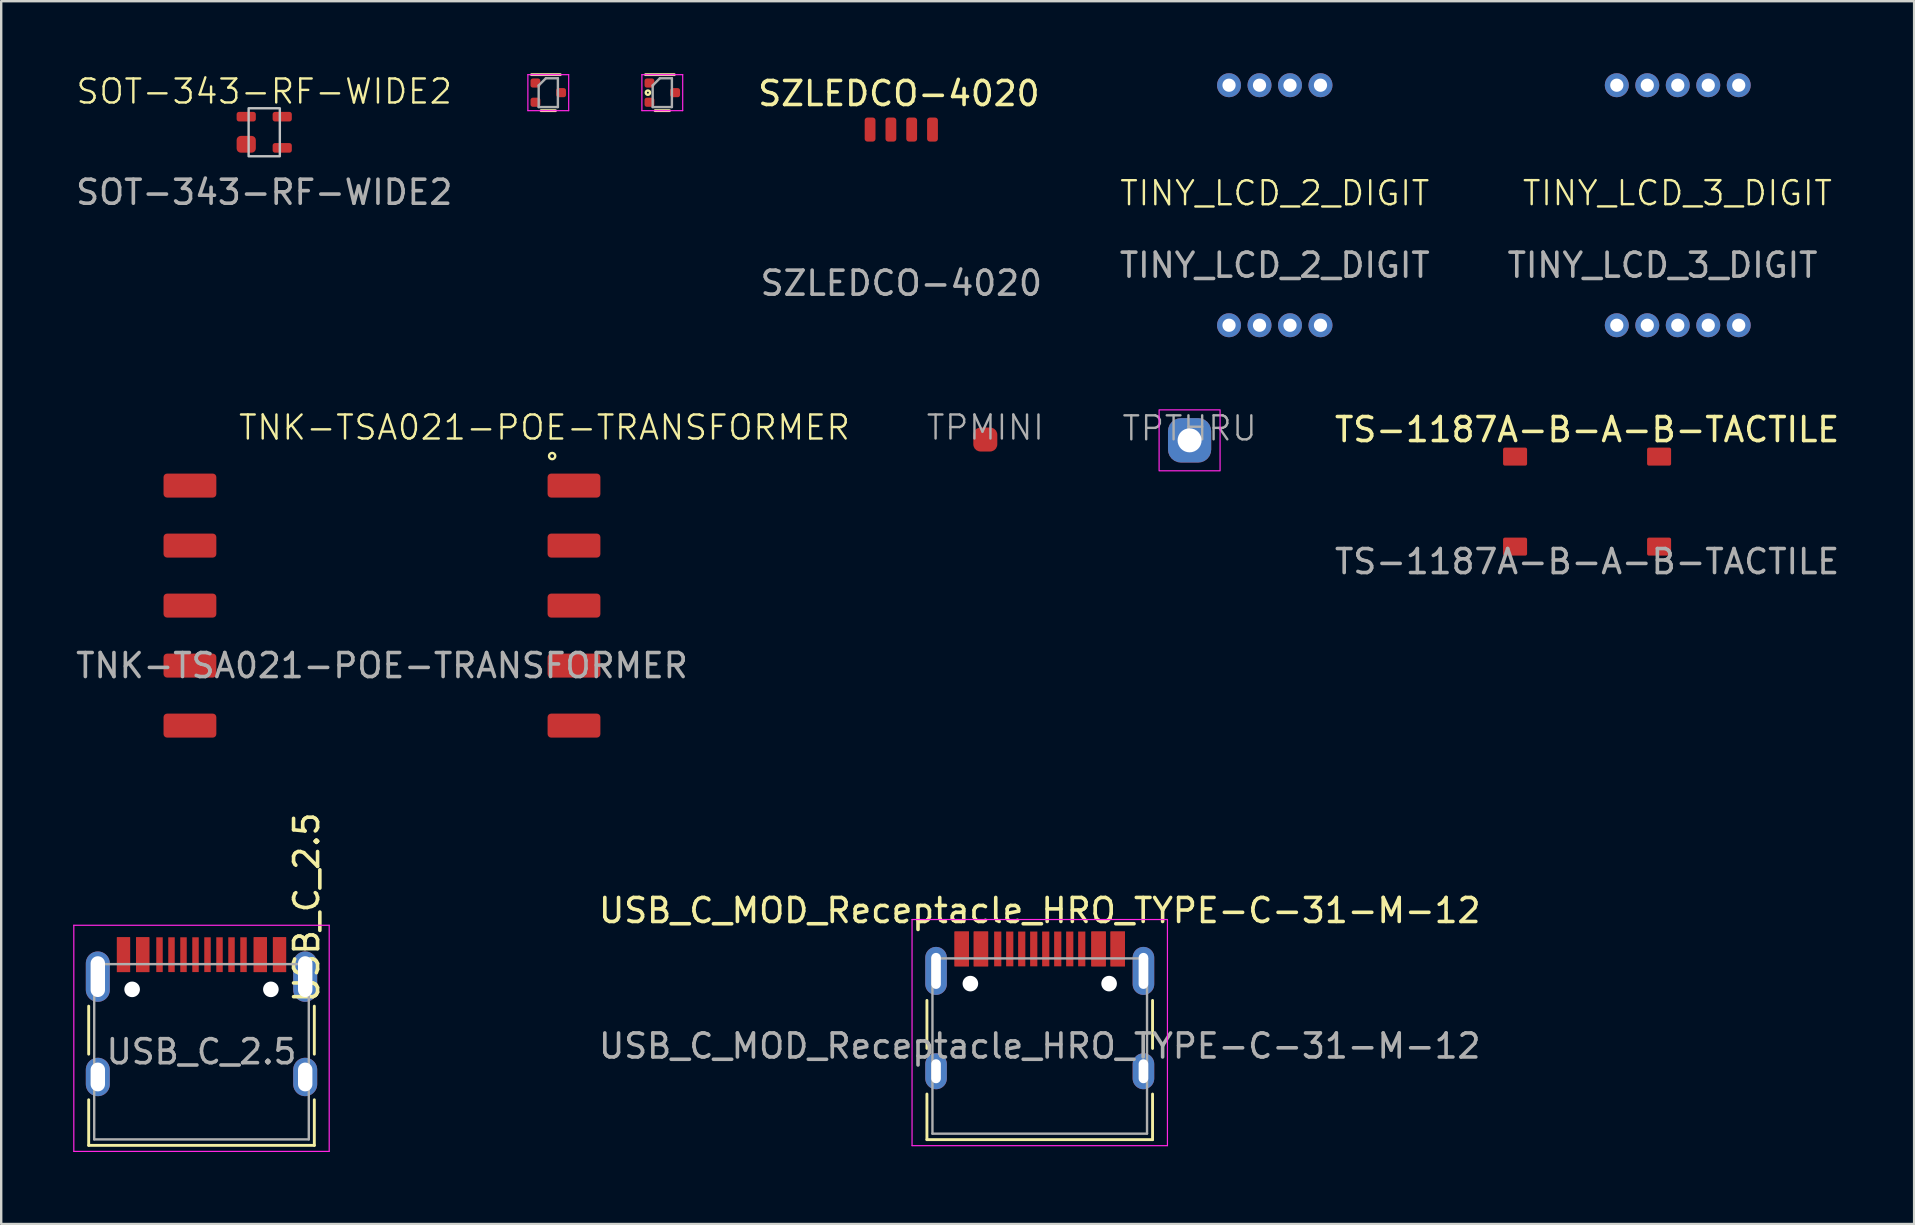
<source format=kicad_pcb>
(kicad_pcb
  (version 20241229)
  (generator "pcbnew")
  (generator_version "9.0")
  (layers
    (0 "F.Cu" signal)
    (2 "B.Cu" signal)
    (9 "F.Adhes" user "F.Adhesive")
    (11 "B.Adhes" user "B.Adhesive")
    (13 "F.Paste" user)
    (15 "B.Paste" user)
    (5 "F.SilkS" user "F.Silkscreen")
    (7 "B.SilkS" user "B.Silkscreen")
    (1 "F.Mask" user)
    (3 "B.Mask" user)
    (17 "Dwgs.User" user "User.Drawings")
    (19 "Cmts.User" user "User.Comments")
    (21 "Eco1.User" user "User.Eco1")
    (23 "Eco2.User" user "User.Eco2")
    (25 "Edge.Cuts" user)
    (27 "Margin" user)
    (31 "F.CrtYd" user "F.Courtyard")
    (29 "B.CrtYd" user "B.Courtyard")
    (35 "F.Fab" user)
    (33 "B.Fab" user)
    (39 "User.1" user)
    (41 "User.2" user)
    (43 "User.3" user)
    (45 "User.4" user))
  (footprint "TPTHRU"
    (layer "F.Cu")
    (at 46.51 15.295)
    (property "Reference" "TPTHRU" (at 0 -0.5 0) (unlocked yes) (layer "F.Fab") (effects (font (size 1 1) (thickness 0.1))))
    (attr smd)
    (fp_rect (start -1.27 -1.27) (end 1.27 1.27) (stroke (width 0.05) (type solid)) (fill no) (layer "F.CrtYd"))
    (fp_text user "${REFERENCE}" (at 0 2.5 0) (unlocked yes) (layer "User.3") (effects (font (size 1 1) (thickness 0.15))))
    (pad "1" thru_hole roundrect (at 0 0) (size 1.8 1.85) (drill 1) (layers "*.Cu" "*.Mask") (roundrect_rratio 0.3)))
  (footprint "SOT-723-COMPACTP"
    (layer "F.Cu")
    (at 24.542 0.81)
    (property "Reference" "SOT-723-COMPACTP" (at 0.1 -1.6 0) (layer "User.9") (effects (font (size 1 1) (thickness 0.15))))
    (attr smd)
    (fp_line (start 0.3 0.75) (end -0.3 0.75) (stroke (width 0.12) (type solid)) (layer "F.SilkS"))
    (fp_line (start 0.5 -0.75) (end -0.7 -0.75) (stroke (width 0.12) (type solid)) (layer "F.SilkS"))
    (fp_circle (center -0.6 0) (end -0.56 0) (stroke (width 0.1) (type default)) (fill no) (layer "F.SilkS"))
    (fp_line (start -0.85 -0.75) (end 0.85 -0.75) (stroke (width 0.05) (type solid)) (layer "F.CrtYd"))
    (fp_line (start -0.85 0.75) (end -0.85 -0.75) (stroke (width 0.05) (type solid)) (layer "F.CrtYd"))
    (fp_line (start 0.85 -0.75) (end 0.85 0.75) (stroke (width 0.05) (type solid)) (layer "F.CrtYd"))
    (fp_line (start 0.85 0.75) (end -0.85 0.75) (stroke (width 0.05) (type solid)) (layer "F.CrtYd"))
    (fp_line (start -0.4 -0.3) (end -0.1 -0.6) (stroke (width 0.1) (type solid)) (layer "F.Fab"))
    (fp_line (start -0.4 0.6) (end -0.4 -0.3) (stroke (width 0.1) (type solid)) (layer "F.Fab"))
    (fp_line (start -0.1 -0.6) (end 0.4 -0.6) (stroke (width 0.1) (type solid)) (layer "F.Fab"))
    (fp_line (start 0.4 -0.6) (end 0.4 0.6) (stroke (width 0.1) (type solid)) (layer "F.Fab"))
    (fp_line (start 0.4 0.6) (end -0.4 0.6) (stroke (width 0.1) (type solid)) (layer "F.Fab"))
    (pad "1" smd roundrect (at -0.535 -0.4) (size 0.41 0.38) (layers "F.Cu" "F.Mask" "F.Paste") (roundrect_rratio 0.25))
    (pad "2" smd roundrect (at -0.535 0.4) (size 0.41 0.38) (layers "F.Cu" "F.Mask" "F.Paste") (roundrect_rratio 0.25))
    (pad "3" smd roundrect (at 0.535 0) (size 0.41 0.38) (layers "F.Cu" "F.Mask" "F.Paste") (roundrect_rratio 0.25)))
  (footprint "TPMINI"
    (layer "F.Cu")
    (at 37.999 15.261)
    (property "Reference" "TPMINI" (at 0 -0.5 0) (unlocked yes) (layer "F.Fab") (effects (font (size 1 1) (thickness 0.1))))
    (attr smd)
    (fp_text user "${REFERENCE}" (at 0 2.5 0) (unlocked yes) (layer "User.3") (effects (font (size 1 1) (thickness 0.15))))
    (pad "1" smd roundrect (at 0 0) (size 1 1) (layers "F.Cu" "F.Mask" "F.Paste") (roundrect_rratio 0.3)))
  (footprint "TINY_LCD_2_DIGIT"
    (layer "F.Cu")
    (at 50.058 5.5)
    (property "Reference" "TINY_LCD_2_DIGIT" (at 0 -0.5 0) (unlocked yes) (layer "F.SilkS") (effects (font (size 1 1) (thickness 0.1))))
    (attr smd)
    (fp_text user "${REFERENCE}" (at 0 2.5 0) (unlocked yes) (layer "F.Fab") (effects (font (size 1 1) (thickness 0.15))))
    (pad "1" thru_hole circle (at -1.905 5) (size 1 1) (drill 0.55) (layers "*.Cu" "*.Mask"))
    (pad "2" thru_hole circle (at -0.635 5) (size 1 1) (drill 0.55) (layers "*.Cu" "*.Mask"))
    (pad "3" thru_hole circle (at 0.635 5) (size 1 1) (drill 0.55) (layers "*.Cu" "*.Mask"))
    (pad "4" thru_hole circle (at 1.905 5) (size 1 1) (drill 0.55) (layers "*.Cu" "*.Mask"))
    (pad "5" thru_hole circle (at 1.905 -5) (size 1 1) (drill 0.55) (layers "*.Cu" "*.Mask"))
    (pad "6" thru_hole circle (at 0.635 -5) (size 1 1) (drill 0.55) (layers "*.Cu" "*.Mask"))
    (pad "7" thru_hole circle (at -0.635 -5) (size 1 1) (drill 0.55) (layers "*.Cu" "*.Mask"))
    (pad "8" thru_hole circle (at -1.905 -5) (size 1 1) (drill 0.55) (layers "*.Cu" "*.Mask")))
  (footprint "SOT-343-RF-WIDE2"
    (layer "F.Cu")
    (at 7.958 2.461)
    (property "Reference" "SOT-343-RF-WIDE2" (at 0 -1.7 0) (unlocked yes) (layer "F.SilkS") (effects (font (size 1 1) (thickness 0.1))))
    (attr smd)
    (fp_rect (start -0.65 -1) (end 0.65 1) (stroke (width 0.1) (type default)) (fill no) (layer "Dwgs.User"))
    (fp_text user "${REFERENCE}" (at 0 2.5 0) (unlocked yes) (layer "F.Fab") (effects (font (size 1 1) (thickness 0.15))))
    (pad "1" smd roundrect (at -0.75 -0.65) (size 0.8 0.4) (layers "F.Cu" "F.Mask" "F.Paste") (roundrect_rratio 0.25))
    (pad "2" smd roundrect (at -0.75 0.5) (size 0.8 0.7) (layers "F.Cu" "F.Mask" "F.Paste") (roundrect_rratio 0.25))
    (pad "3" smd roundrect (at 0.75 0.65) (size 0.8 0.4) (layers "F.Cu" "F.Mask" "F.Paste") (roundrect_rratio 0.25))
    (pad "4" smd roundrect (at 0.75 -0.65) (size 0.8 0.4) (layers "F.Cu" "F.Mask" "F.Paste") (roundrect_rratio 0.25)))
  (footprint "TS-1187A-B-A-B-TACTILE"
    (layer "F.Cu")
    (at 63.07 17.848)
    (property "Reference" "TS-1187A-B-A-B-TACTILE" (at 0 -3 0) (unlocked yes) (layer "F.SilkS") (effects (font (size 1 1) (thickness 0.15))))
    (attr smd)
    (fp_text user "${REFERENCE}" (at 0 2.5 0) (unlocked yes) (layer "F.Fab") (effects (font (size 1 1) (thickness 0.15))))
    (pad "1" smd roundrect (at -3 -1.875) (size 1 0.75) (layers "F.Cu" "F.Mask" "F.Paste") (roundrect_rratio 0.1))
    (pad "1" smd roundrect (at 3 -1.875) (size 1 0.75) (layers "F.Cu" "F.Mask" "F.Paste") (roundrect_rratio 0.1))
    (pad "2" smd roundrect (at -3 1.875) (size 1 0.75) (layers "F.Cu" "F.Mask" "F.Paste") (roundrect_rratio 0.1))
    (pad "2" smd roundrect (at 3 1.875) (size 1 0.75) (layers "F.Cu" "F.Mask" "F.Paste") (roundrect_rratio 0.1)))
  (footprint "USB_C_MOD_Receptacle_HRO_TYPE-C-31-M-12"
    (layer "F.Cu")
    (at 40.267 40.529)
    (property "Reference" "USB_C_MOD_Receptacle_HRO_TYPE-C-31-M-12" (at 0 -5.645 0) (layer "F.SilkS") (effects (font (size 1 1) (thickness 0.15))))
    (attr smd)
    (fp_line (start -4.7 -1.9) (end -4.7 0.1) (stroke (width 0.12) (type solid)) (layer "F.SilkS"))
    (fp_line (start -4.7 2) (end -4.7 3.9) (stroke (width 0.12) (type solid)) (layer "F.SilkS"))
    (fp_line (start -4.7 3.9) (end 4.7 3.9) (stroke (width 0.12) (type solid)) (layer "F.SilkS"))
    (fp_line (start 4.7 -1.9) (end 4.7 0.1) (stroke (width 0.12) (type solid)) (layer "F.SilkS"))
    (fp_line (start 4.7 2) (end 4.7 3.9) (stroke (width 0.12) (type solid)) (layer "F.SilkS"))
    (fp_line (start -5.32 -5.27) (end -5.32 4.15) (stroke (width 0.05) (type solid)) (layer "F.CrtYd"))
    (fp_line (start -5.32 -5.27) (end 5.32 -5.27) (stroke (width 0.05) (type solid)) (layer "F.CrtYd"))
    (fp_line (start -5.32 4.15) (end 5.32 4.15) (stroke (width 0.05) (type solid)) (layer "F.CrtYd"))
    (fp_line (start 5.32 -5.27) (end 5.32 4.15) (stroke (width 0.05) (type solid)) (layer "F.CrtYd"))
    (fp_line (start -4.47 -3.65) (end -4.47 3.65) (stroke (width 0.1) (type solid)) (layer "F.Fab"))
    (fp_line (start -4.47 -3.65) (end 4.47 -3.65) (stroke (width 0.1) (type solid)) (layer "F.Fab"))
    (fp_line (start -4.47 3.65) (end 4.47 3.65) (stroke (width 0.1) (type solid)) (layer "F.Fab"))
    (fp_line (start 4.47 -3.65) (end 4.47 3.65) (stroke (width 0.1) (type solid)) (layer "F.Fab"))
    (fp_text user "the holes are now 0.1mm smaller but same pads, to help soldering." (at 0 -9 0) (unlocked yes) (layer "Eco2.User") (effects (font (size 1 1) (thickness 0.15))))
    (fp_text user "${REFERENCE}" (at 0 0 0) (layer "F.Fab") (effects (font (size 1 1) (thickness 0.15))))
    (pad "" np_thru_hole circle (at -2.89 -2.6) (size 0.65 0.65) (drill 0.65) (layers "*.Cu" "*.Mask"))
    (pad "" np_thru_hole circle (at 2.89 -2.6) (size 0.65 0.65) (drill 0.65) (layers "*.Cu" "*.Mask"))
    (pad "A1" smd rect (at -3.25 -4.045) (size 0.6 1.45) (layers "F.Cu" "F.Mask" "F.Paste"))
    (pad "A4" smd rect (at -2.45 -4.045) (size 0.6 1.45) (layers "F.Cu" "F.Mask" "F.Paste"))
    (pad "A5" smd rect (at -1.25 -4.045) (size 0.3 1.45) (layers "F.Cu" "F.Mask" "F.Paste"))
    (pad "A6" smd rect (at -0.25 -4.045) (size 0.3 1.45) (layers "F.Cu" "F.Mask" "F.Paste"))
    (pad "A7" smd rect (at 0.25 -4.045) (size 0.3 1.45) (layers "F.Cu" "F.Mask" "F.Paste"))
    (pad "A8" smd rect (at 1.25 -4.045) (size 0.3 1.45) (layers "F.Cu" "F.Mask" "F.Paste"))
    (pad "A9" smd rect (at 2.45 -4.045) (size 0.6 1.45) (layers "F.Cu" "F.Mask" "F.Paste"))
    (pad "A12" smd rect (at 3.25 -4.045) (size 0.6 1.45) (layers "F.Cu" "F.Mask" "F.Paste"))
    (pad "B1" smd rect (at 3.25 -4.045) (size 0.6 1.45) (layers "F.Cu" "F.Mask" "F.Paste"))
    (pad "B4" smd rect (at 2.45 -4.045) (size 0.6 1.45) (layers "F.Cu" "F.Mask" "F.Paste"))
    (pad "B5" smd rect (at 1.75 -4.045) (size 0.3 1.45) (layers "F.Cu" "F.Mask" "F.Paste"))
    (pad "B6" smd rect (at 0.75 -4.045) (size 0.3 1.45) (layers "F.Cu" "F.Mask" "F.Paste"))
    (pad "B7" smd rect (at -0.75 -4.045) (size 0.3 1.45) (layers "F.Cu" "F.Mask" "F.Paste"))
    (pad "B8" smd rect (at -1.75 -4.045) (size 0.3 1.45) (layers "F.Cu" "F.Mask" "F.Paste"))
    (pad "B9" smd rect (at -2.45 -4.045) (size 0.6 1.45) (layers "F.Cu" "F.Mask" "F.Paste"))
    (pad "B12" smd rect (at -3.25 -4.045) (size 0.6 1.45) (layers "F.Cu" "F.Mask" "F.Paste"))
    (pad "S1" thru_hole oval (at -4.32 -3.13) (size 0.9 2) (drill oval 0.4 1.5) (layers "*.Cu" "*.Mask" "F.Paste"))
    (pad "S1" thru_hole oval (at -4.32 1.05) (size 0.9 1.5) (drill oval 0.4 1) (layers "*.Cu" "*.Mask" "F.Paste"))
    (pad "S1" thru_hole oval (at 4.32 -3.13) (size 0.9 2) (drill oval 0.4 1.5) (layers "*.Cu" "*.Mask" "F.Paste"))
    (pad "S1" thru_hole oval (at 4.32 1.05) (size 0.9 1.5) (drill oval 0.4 1) (layers "*.Cu" "*.Mask" "F.Paste")))
  (footprint "USB_C_2.5"
    (layer "F.Cu")
    (at 5.345 40.768)
    (property "Reference" "USB_C_2.5" (at 4.38 -6.01 90) (layer "F.SilkS") (effects (font (size 1 1) (thickness 0.15))))
    (attr smd)
    (fp_line (start -4.7 -1.9) (end -4.7 0.1) (stroke (width 0.12) (type solid)) (layer "F.SilkS"))
    (fp_line (start -4.7 2) (end -4.7 3.9) (stroke (width 0.12) (type solid)) (layer "F.SilkS"))
    (fp_line (start -4.7 3.9) (end 4.7 3.9) (stroke (width 0.12) (type solid)) (layer "F.SilkS"))
    (fp_line (start 4.7 -1.9) (end 4.7 0.1) (stroke (width 0.12) (type solid)) (layer "F.SilkS"))
    (fp_line (start 4.7 2) (end 4.7 3.9) (stroke (width 0.12) (type solid)) (layer "F.SilkS"))
    (fp_line (start -5.32 -5.27) (end -5.32 4.15) (stroke (width 0.05) (type solid)) (layer "F.CrtYd"))
    (fp_line (start -5.32 -5.27) (end 5.32 -5.27) (stroke (width 0.05) (type solid)) (layer "F.CrtYd"))
    (fp_line (start -5.32 4.15) (end 5.32 4.15) (stroke (width 0.05) (type solid)) (layer "F.CrtYd"))
    (fp_line (start 5.32 -5.27) (end 5.32 4.15) (stroke (width 0.05) (type solid)) (layer "F.CrtYd"))
    (fp_line (start -4.47 -3.65) (end -4.47 3.65) (stroke (width 0.1) (type solid)) (layer "F.Fab"))
    (fp_line (start -4.47 -3.65) (end 4.47 -3.65) (stroke (width 0.1) (type solid)) (layer "F.Fab"))
    (fp_line (start -4.47 3.65) (end 4.47 3.65) (stroke (width 0.1) (type solid)) (layer "F.Fab"))
    (fp_line (start 4.47 -3.65) (end 4.47 3.65) (stroke (width 0.1) (type solid)) (layer "F.Fab"))
    (fp_text user "${REFERENCE}" (at 0 0 0) (layer "F.Fab") (effects (font (size 1 1) (thickness 0.15))))
    (pad "" np_thru_hole circle (at -2.89 -2.6) (size 0.65 0.65) (drill 0.65) (layers "*.Cu" "*.Mask"))
    (pad "" np_thru_hole circle (at 2.89 -2.6) (size 0.65 0.65) (drill 0.65) (layers "*.Cu" "*.Mask"))
    (pad "A1" smd rect (at -3.25 -4.045) (size 0.55 1.45) (layers "F.Cu" "F.Mask" "F.Paste"))
    (pad "A4" smd rect (at -2.45 -4.045) (size 0.55 1.45) (layers "F.Cu" "F.Mask" "F.Paste"))
    (pad "A5" smd rect (at -1.25 -4.045) (size 0.27 1.45) (layers "F.Cu" "F.Mask" "F.Paste"))
    (pad "A6" smd rect (at -0.25 -4.045) (size 0.27 1.45) (layers "F.Cu" "F.Mask" "F.Paste"))
    (pad "A7" smd rect (at 0.25 -4.045) (size 0.27 1.45) (layers "F.Cu" "F.Mask" "F.Paste"))
    (pad "A8" smd rect (at 1.25 -4.045) (size 0.27 1.45) (layers "F.Cu" "F.Mask" "F.Paste"))
    (pad "A9" smd rect (at 2.45 -4.045) (size 0.55 1.45) (layers "F.Cu" "F.Mask" "F.Paste"))
    (pad "A12" smd rect (at 3.25 -4.045) (size 0.55 1.45) (layers "F.Cu" "F.Mask" "F.Paste"))
    (pad "B1" smd rect (at 3.25 -4.045) (size 0.55 1.45) (layers "F.Cu" "F.Mask" "F.Paste"))
    (pad "B4" smd rect (at 2.45 -4.045) (size 0.55 1.45) (layers "F.Cu" "F.Mask" "F.Paste"))
    (pad "B5" smd rect (at 1.75 -4.045) (size 0.27 1.45) (layers "F.Cu" "F.Mask" "F.Paste"))
    (pad "B6" smd rect (at 0.75 -4.045) (size 0.27 1.45) (layers "F.Cu" "F.Mask" "F.Paste"))
    (pad "B7" smd rect (at -0.75 -4.045) (size 0.27 1.45) (layers "F.Cu" "F.Mask" "F.Paste"))
    (pad "B8" smd rect (at -1.75 -4.045) (size 0.27 1.45) (layers "F.Cu" "F.Mask" "F.Paste"))
    (pad "B9" smd rect (at -2.45 -4.045) (size 0.55 1.45) (layers "F.Cu" "F.Mask" "F.Paste"))
    (pad "B12" smd rect (at -3.25 -4.045) (size 0.55 1.45) (layers "F.Cu" "F.Mask" "F.Paste"))
    (pad "S1" thru_hole oval (at -4.32 -3.13) (size 1 2.1) (drill oval 0.6 1.7) (layers "*.Cu" "*.Mask"))
    (pad "S1" thru_hole oval (at -4.32 1.05) (size 1 1.6) (drill oval 0.6 1.2) (layers "*.Cu" "*.Mask"))
    (pad "S1" thru_hole oval (at 4.32 -3.13) (size 1 2.1) (drill oval 0.6 1.7) (layers "*.Cu" "*.Mask"))
    (pad "S1" thru_hole oval (at 4.32 1.05) (size 1 1.6) (drill oval 0.6 1.2) (layers "*.Cu" "*.Mask")))
  (footprint "TNK-TSA021-POE-TRANSFORMER"
    (layer "F.Cu")
    (at 12.863 22.18)
    (property "Reference" "TNK-TSA021-POE-TRANSFORMER" (at 6.77 -7.42 0) (unlocked yes) (layer "F.SilkS") (effects (font (size 1 1) (thickness 0.1))))
    (attr smd)
    (fp_circle (center 7.09 -6.23) (end 7.22 -6.23) (stroke (width 0.1) (type default)) (fill no) (layer "F.SilkS"))
    (fp_text user "${REFERENCE}" (at 0 2.5 0) (unlocked yes) (layer "F.Fab") (effects (font (size 1 1) (thickness 0.15))))
    (pad "1" smd roundrect (at 8 -5) (size 2.2 1) (layers "F.Cu" "F.Mask" "F.Paste") (roundrect_rratio 0.15))
    (pad "2" smd roundrect (at 8 -2.5) (size 2.2 1) (layers "F.Cu" "F.Mask" "F.Paste") (roundrect_rratio 0.15))
    (pad "3" smd roundrect (at 8 0) (size 2.2 1) (layers "F.Cu" "F.Mask" "F.Paste") (roundrect_rratio 0.15))
    (pad "4" smd roundrect (at 8 2.5) (size 2.2 1) (layers "F.Cu" "F.Mask" "F.Paste") (roundrect_rratio 0.15))
    (pad "5" smd roundrect (at 8 5) (size 2.2 1) (layers "F.Cu" "F.Mask" "F.Paste") (roundrect_rratio 0.15))
    (pad "6" smd roundrect (at -8 5) (size 2.2 1) (layers "F.Cu" "F.Mask" "F.Paste") (roundrect_rratio 0.15))
    (pad "7" smd roundrect (at -8 2.5) (size 2.2 1) (layers "F.Cu" "F.Mask" "F.Paste") (roundrect_rratio 0.15))
    (pad "8" smd roundrect (at -8 0) (size 2.2 1) (layers "F.Cu" "F.Mask" "F.Paste") (roundrect_rratio 0.15))
    (pad "9" smd roundrect (at -8 -2.5) (size 2.2 1) (layers "F.Cu" "F.Mask" "F.Paste") (roundrect_rratio 0.15))
    (pad "10" smd roundrect (at -8 -5) (size 2.2 1) (layers "F.Cu" "F.Mask" "F.Paste") (roundrect_rratio 0.15)))
  (footprint "SOT-723-COMPACT"
    (layer "F.Cu")
    (at 19.792 0.81)
    (property "Reference" "SOT-723-COMPACT" (at 0.1 -1.6 0) (layer "User.9") (effects (font (size 1 1) (thickness 0.15))))
    (attr smd)
    (fp_line (start 0.3 0.75) (end -0.3 0.75) (stroke (width 0.12) (type solid)) (layer "F.SilkS"))
    (fp_line (start 0.5 -0.75) (end -0.7 -0.75) (stroke (width 0.12) (type solid)) (layer "F.SilkS"))
    (fp_line (start -0.85 -0.75) (end 0.85 -0.75) (stroke (width 0.05) (type solid)) (layer "F.CrtYd"))
    (fp_line (start -0.85 0.75) (end -0.85 -0.75) (stroke (width 0.05) (type solid)) (layer "F.CrtYd"))
    (fp_line (start 0.85 -0.75) (end 0.85 0.75) (stroke (width 0.05) (type solid)) (layer "F.CrtYd"))
    (fp_line (start 0.85 0.75) (end -0.85 0.75) (stroke (width 0.05) (type solid)) (layer "F.CrtYd"))
    (fp_line (start -0.4 -0.3) (end -0.1 -0.6) (stroke (width 0.1) (type solid)) (layer "F.Fab"))
    (fp_line (start -0.4 0.6) (end -0.4 -0.3) (stroke (width 0.1) (type solid)) (layer "F.Fab"))
    (fp_line (start -0.1 -0.6) (end 0.4 -0.6) (stroke (width 0.1) (type solid)) (layer "F.Fab"))
    (fp_line (start 0.4 -0.6) (end 0.4 0.6) (stroke (width 0.1) (type solid)) (layer "F.Fab"))
    (fp_line (start 0.4 0.6) (end -0.4 0.6) (stroke (width 0.1) (type solid)) (layer "F.Fab"))
    (pad "1" smd roundrect (at -0.535 -0.4) (size 0.41 0.38) (layers "F.Cu" "F.Mask" "F.Paste") (roundrect_rratio 0.25))
    (pad "2" smd roundrect (at -0.535 0.4) (size 0.41 0.38) (layers "F.Cu" "F.Mask" "F.Paste") (roundrect_rratio 0.25))
    (pad "3" smd roundrect (at 0.535 0) (size 0.41 0.38) (layers "F.Cu" "F.Mask" "F.Paste") (roundrect_rratio 0.25)))
  (footprint "SZLEDCO-4020"
    (layer "F.Cu")
    (at 34.499 2.348)
    (property "Reference" "SZLEDCO-4020" (at -0.1 -1.5 0) (unlocked yes) (layer "F.SilkS") (effects (font (size 1 1) (thickness 0.15))))
    (attr smd)
    (fp_text user "${REFERENCE}" (at 0 6.4 0) (unlocked yes) (layer "F.Fab") (effects (font (size 1 1) (thickness 0.15))))
    (pad "1" smd roundrect (at -1.3 0 180) (size 0.45 1) (layers "F.Cu" "F.Mask" "F.Paste") (roundrect_rratio 0.25))
    (pad "2" smd roundrect (at -0.433 0 180) (size 0.45 1) (layers "F.Cu" "F.Mask" "F.Paste") (roundrect_rratio 0.25))
    (pad "3" smd roundrect (at 0.433 0 180) (size 0.45 1) (layers "F.Cu" "F.Mask" "F.Paste") (roundrect_rratio 0.25))
    (pad "4" smd roundrect (at 1.3 0 180) (size 0.45 1) (layers "F.Cu" "F.Mask" "F.Paste") (roundrect_rratio 0.25)))
  (footprint "TINY_LCD_3_DIGIT"
    (layer "F.Cu")
    (at 66.213 5.5)
    (property "Reference" "TINY_LCD_3_DIGIT" (at 0.62 -0.503 0) (unlocked yes) (layer "F.SilkS") (effects (font (size 1 1) (thickness 0.1))))
    (attr smd)
    (fp_text user "${REFERENCE}" (at 0 2.5 0) (unlocked yes) (layer "F.Fab") (effects (font (size 1 1) (thickness 0.15))))
    (pad "1" thru_hole circle (at -1.905 5) (size 1 1) (drill 0.55) (layers "*.Cu" "*.Mask"))
    (pad "2" thru_hole circle (at -0.635 5) (size 1 1) (drill 0.55) (layers "*.Cu" "*.Mask"))
    (pad "3" thru_hole circle (at 0.635 5) (size 1 1) (drill 0.55) (layers "*.Cu" "*.Mask"))
    (pad "4" thru_hole circle (at 1.905 5) (size 1 1) (drill 0.55) (layers "*.Cu" "*.Mask"))
    (pad "5" thru_hole circle (at 3.175 5) (size 1 1) (drill 0.55) (layers "*.Cu" "*.Mask"))
    (pad "6" thru_hole circle (at 3.175 -5) (size 1 1) (drill 0.55) (layers "*.Cu" "*.Mask"))
    (pad "7" thru_hole circle (at 1.905 -5) (size 1 1) (drill 0.55) (layers "*.Cu" "*.Mask"))
    (pad "8" thru_hole circle (at 0.635 -5) (size 1 1) (drill 0.55) (layers "*.Cu" "*.Mask"))
    (pad "9" thru_hole circle (at -0.635 -5) (size 1 1) (drill 0.55) (layers "*.Cu" "*.Mask"))
    (pad "10" thru_hole circle (at -1.905 -5) (size 1 1) (drill 0.55) (layers "*.Cu" "*.Mask")))
  (gr_rect
    (start -3 -3)
    (end 76.695 47.943)
    (stroke (width 0.1) (type default))
    (fill no)
    (layer "Edge.Cuts")))
</source>
